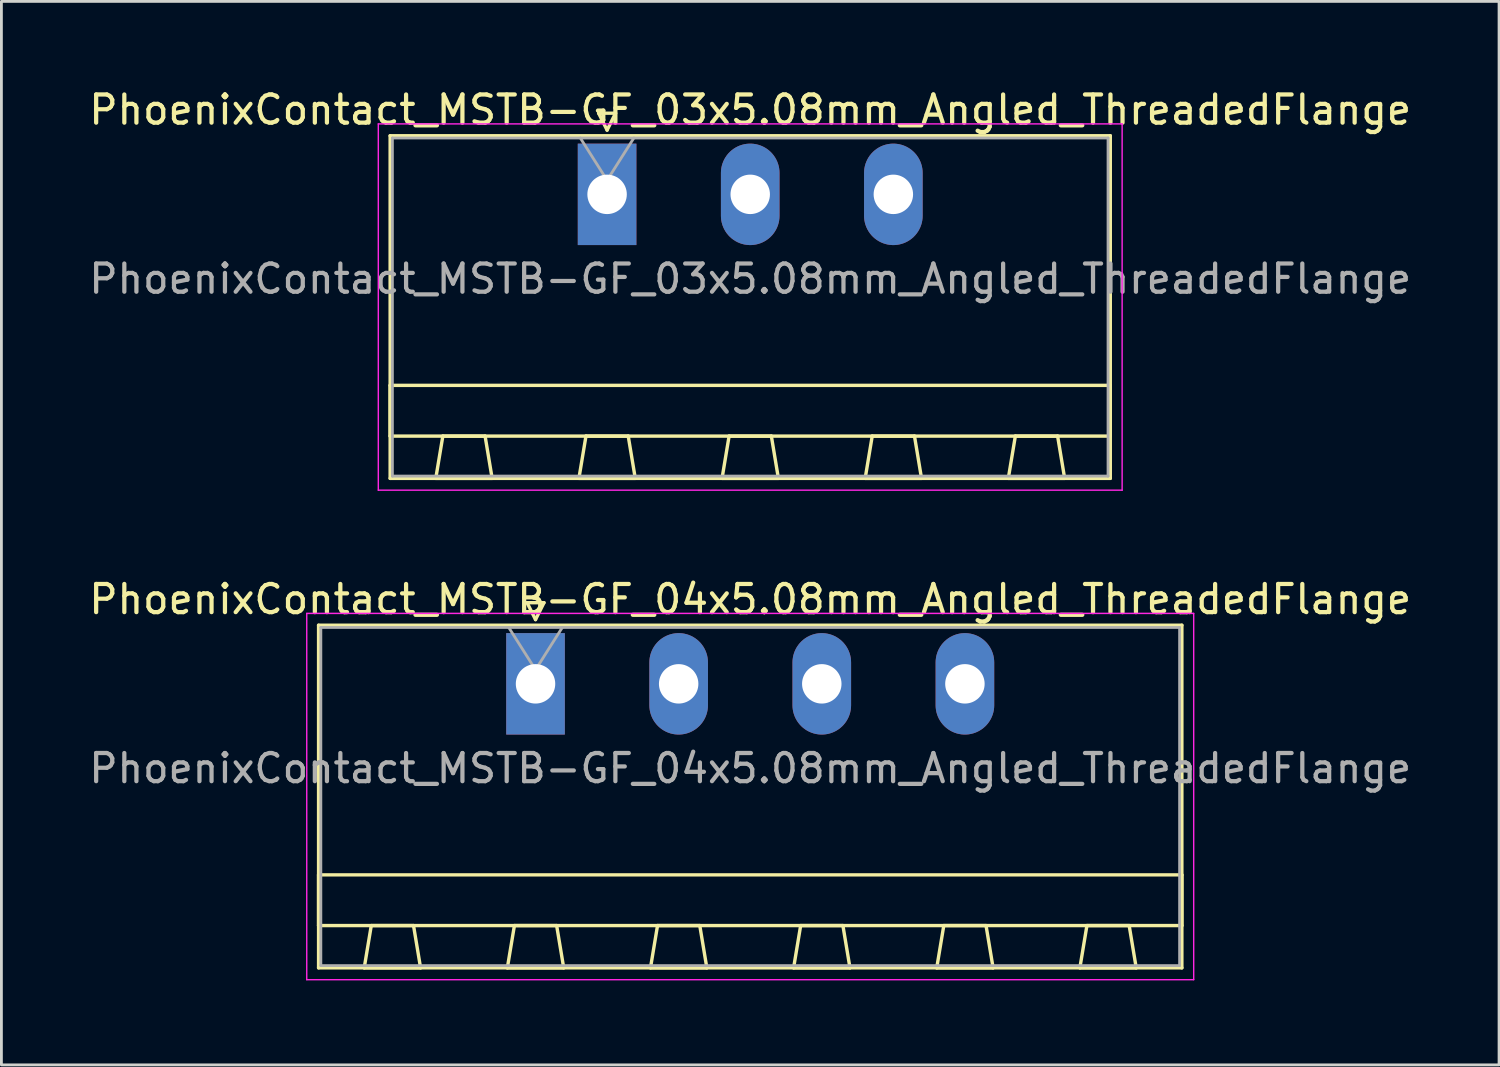
<source format=kicad_pcb>
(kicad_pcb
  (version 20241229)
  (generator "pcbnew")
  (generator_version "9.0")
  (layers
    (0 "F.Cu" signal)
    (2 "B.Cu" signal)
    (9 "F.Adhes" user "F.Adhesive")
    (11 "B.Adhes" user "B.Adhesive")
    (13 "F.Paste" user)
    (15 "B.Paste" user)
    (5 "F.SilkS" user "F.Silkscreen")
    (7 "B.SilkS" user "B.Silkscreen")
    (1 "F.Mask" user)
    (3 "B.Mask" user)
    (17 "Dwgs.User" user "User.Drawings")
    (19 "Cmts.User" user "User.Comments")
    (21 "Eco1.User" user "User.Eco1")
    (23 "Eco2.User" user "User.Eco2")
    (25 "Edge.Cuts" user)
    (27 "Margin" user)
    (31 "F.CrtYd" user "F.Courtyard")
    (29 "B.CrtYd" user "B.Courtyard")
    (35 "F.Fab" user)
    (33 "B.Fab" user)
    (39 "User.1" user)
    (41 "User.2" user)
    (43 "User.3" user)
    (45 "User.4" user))
  (footprint "PhoenixContact_MSTB-GF_04x5.08mm_Angled_ThreadedFlange"
    (layer "F.Cu")
    (at 15.957 21.221)
    (property "Reference" "PhoenixContact_MSTB-GF_04x5.08mm_Angled_ThreadedFlange" (at 7.62 -3 0) (layer "F.SilkS") (effects (font (size 1 1) (thickness 0.15))))
    (attr through_hole)
    (fp_line (start -7.7 -2.08) (end -7.7 10.08) (stroke (width 0.12) (type solid)) (layer "F.SilkS"))
    (fp_line (start -7.7 6.78) (end 22.94 6.78) (stroke (width 0.12) (type solid)) (layer "F.SilkS"))
    (fp_line (start -7.7 8.58) (end -7.7 6.78) (stroke (width 0.12) (type solid)) (layer "F.SilkS"))
    (fp_line (start -7.7 10.08) (end 22.94 10.08) (stroke (width 0.12) (type solid)) (layer "F.SilkS"))
    (fp_line (start -6.08 10.08) (end -4.08 10.08) (stroke (width 0.12) (type solid)) (layer "F.SilkS"))
    (fp_line (start -5.83 8.58) (end -6.08 10.08) (stroke (width 0.12) (type solid)) (layer "F.SilkS"))
    (fp_line (start -4.33 8.58) (end -5.83 8.58) (stroke (width 0.12) (type solid)) (layer "F.SilkS"))
    (fp_line (start -4.08 10.08) (end -4.33 8.58) (stroke (width 0.12) (type solid)) (layer "F.SilkS"))
    (fp_line (start -1 10.08) (end 1 10.08) (stroke (width 0.12) (type solid)) (layer "F.SilkS"))
    (fp_line (start -0.75 8.58) (end -1 10.08) (stroke (width 0.12) (type solid)) (layer "F.SilkS"))
    (fp_line (start -0.3 -2.88) (end 0.3 -2.88) (stroke (width 0.12) (type solid)) (layer "F.SilkS"))
    (fp_line (start 0 -2.28) (end -0.3 -2.88) (stroke (width 0.12) (type solid)) (layer "F.SilkS"))
    (fp_line (start 0.3 -2.88) (end 0 -2.28) (stroke (width 0.12) (type solid)) (layer "F.SilkS"))
    (fp_line (start 0.75 8.58) (end -0.75 8.58) (stroke (width 0.12) (type solid)) (layer "F.SilkS"))
    (fp_line (start 1 10.08) (end 0.75 8.58) (stroke (width 0.12) (type solid)) (layer "F.SilkS"))
    (fp_line (start 4.08 10.08) (end 6.08 10.08) (stroke (width 0.12) (type solid)) (layer "F.SilkS"))
    (fp_line (start 4.33 8.58) (end 4.08 10.08) (stroke (width 0.12) (type solid)) (layer "F.SilkS"))
    (fp_line (start 5.83 8.58) (end 4.33 8.58) (stroke (width 0.12) (type solid)) (layer "F.SilkS"))
    (fp_line (start 6.08 10.08) (end 5.83 8.58) (stroke (width 0.12) (type solid)) (layer "F.SilkS"))
    (fp_line (start 9.16 10.08) (end 11.16 10.08) (stroke (width 0.12) (type solid)) (layer "F.SilkS"))
    (fp_line (start 9.41 8.58) (end 9.16 10.08) (stroke (width 0.12) (type solid)) (layer "F.SilkS"))
    (fp_line (start 10.91 8.58) (end 9.41 8.58) (stroke (width 0.12) (type solid)) (layer "F.SilkS"))
    (fp_line (start 11.16 10.08) (end 10.91 8.58) (stroke (width 0.12) (type solid)) (layer "F.SilkS"))
    (fp_line (start 14.24 10.08) (end 16.24 10.08) (stroke (width 0.12) (type solid)) (layer "F.SilkS"))
    (fp_line (start 14.49 8.58) (end 14.24 10.08) (stroke (width 0.12) (type solid)) (layer "F.SilkS"))
    (fp_line (start 15.99 8.58) (end 14.49 8.58) (stroke (width 0.12) (type solid)) (layer "F.SilkS"))
    (fp_line (start 16.24 10.08) (end 15.99 8.58) (stroke (width 0.12) (type solid)) (layer "F.SilkS"))
    (fp_line (start 19.32 10.08) (end 21.32 10.08) (stroke (width 0.12) (type solid)) (layer "F.SilkS"))
    (fp_line (start 19.57 8.58) (end 19.32 10.08) (stroke (width 0.12) (type solid)) (layer "F.SilkS"))
    (fp_line (start 21.07 8.58) (end 19.57 8.58) (stroke (width 0.12) (type solid)) (layer "F.SilkS"))
    (fp_line (start 21.32 10.08) (end 21.07 8.58) (stroke (width 0.12) (type solid)) (layer "F.SilkS"))
    (fp_line (start 22.94 -2.08) (end -7.7 -2.08) (stroke (width 0.12) (type solid)) (layer "F.SilkS"))
    (fp_line (start 22.94 6.78) (end 22.94 8.58) (stroke (width 0.12) (type solid)) (layer "F.SilkS"))
    (fp_line (start 22.94 8.58) (end -7.7 8.58) (stroke (width 0.12) (type solid)) (layer "F.SilkS"))
    (fp_line (start 22.94 10.08) (end 22.94 -2.08) (stroke (width 0.12) (type solid)) (layer "F.SilkS"))
    (fp_line (start -8.12 -2.5) (end -8.12 10.5) (stroke (width 0.05) (type solid)) (layer "F.CrtYd"))
    (fp_line (start -8.12 10.5) (end 23.36 10.5) (stroke (width 0.05) (type solid)) (layer "F.CrtYd"))
    (fp_line (start 23.36 -2.5) (end -8.12 -2.5) (stroke (width 0.05) (type solid)) (layer "F.CrtYd"))
    (fp_line (start 23.36 10.5) (end 23.36 -2.5) (stroke (width 0.05) (type solid)) (layer "F.CrtYd"))
    (fp_line (start -7.62 -2) (end -7.62 10) (stroke (width 0.1) (type solid)) (layer "F.Fab"))
    (fp_line (start -7.62 10) (end 22.86 10) (stroke (width 0.1) (type solid)) (layer "F.Fab"))
    (fp_line (start 0 -0.5) (end -0.95 -2) (stroke (width 0.1) (type solid)) (layer "F.Fab"))
    (fp_line (start 0.95 -2) (end 0 -0.5) (stroke (width 0.1) (type solid)) (layer "F.Fab"))
    (fp_line (start 22.86 -2) (end -7.62 -2) (stroke (width 0.1) (type solid)) (layer "F.Fab"))
    (fp_line (start 22.86 10) (end 22.86 -2) (stroke (width 0.1) (type solid)) (layer "F.Fab"))
    (fp_text user "${REFERENCE}" (at 7.62 3 0) (layer "F.Fab") (effects (font (size 1 1) (thickness 0.15))))
    (pad "1" thru_hole rect (at 0 0) (size 2.08 3.6) (drill 1.4) (layers "*.Cu" "*.Mask"))
    (pad "2" thru_hole oval (at 5.08 0) (size 2.08 3.6) (drill 1.4) (layers "*.Cu" "*.Mask"))
    (pad "3" thru_hole oval (at 10.16 0) (size 2.08 3.6) (drill 1.4) (layers "*.Cu" "*.Mask"))
    (pad "4" thru_hole oval (at 15.24 0) (size 2.08 3.6) (drill 1.4) (layers "*.Cu" "*.Mask")))
  (footprint "PhoenixContact_MSTB-GF_03x5.08mm_Angled_ThreadedFlange"
    (layer "F.Cu")
    (at 18.497 3.848)
    (property "Reference" "PhoenixContact_MSTB-GF_03x5.08mm_Angled_ThreadedFlange" (at 5.08 -3 0) (layer "F.SilkS") (effects (font (size 1 1) (thickness 0.15))))
    (attr through_hole)
    (fp_line (start -7.7 -2.08) (end -7.7 10.08) (stroke (width 0.12) (type solid)) (layer "F.SilkS"))
    (fp_line (start -7.7 6.78) (end 17.86 6.78) (stroke (width 0.12) (type solid)) (layer "F.SilkS"))
    (fp_line (start -7.7 8.58) (end -7.7 6.78) (stroke (width 0.12) (type solid)) (layer "F.SilkS"))
    (fp_line (start -7.7 10.08) (end 17.86 10.08) (stroke (width 0.12) (type solid)) (layer "F.SilkS"))
    (fp_line (start -6.08 10.08) (end -4.08 10.08) (stroke (width 0.12) (type solid)) (layer "F.SilkS"))
    (fp_line (start -5.83 8.58) (end -6.08 10.08) (stroke (width 0.12) (type solid)) (layer "F.SilkS"))
    (fp_line (start -4.33 8.58) (end -5.83 8.58) (stroke (width 0.12) (type solid)) (layer "F.SilkS"))
    (fp_line (start -4.08 10.08) (end -4.33 8.58) (stroke (width 0.12) (type solid)) (layer "F.SilkS"))
    (fp_line (start -1 10.08) (end 1 10.08) (stroke (width 0.12) (type solid)) (layer "F.SilkS"))
    (fp_line (start -0.75 8.58) (end -1 10.08) (stroke (width 0.12) (type solid)) (layer "F.SilkS"))
    (fp_line (start -0.3 -2.88) (end 0.3 -2.88) (stroke (width 0.12) (type solid)) (layer "F.SilkS"))
    (fp_line (start 0 -2.28) (end -0.3 -2.88) (stroke (width 0.12) (type solid)) (layer "F.SilkS"))
    (fp_line (start 0.3 -2.88) (end 0 -2.28) (stroke (width 0.12) (type solid)) (layer "F.SilkS"))
    (fp_line (start 0.75 8.58) (end -0.75 8.58) (stroke (width 0.12) (type solid)) (layer "F.SilkS"))
    (fp_line (start 1 10.08) (end 0.75 8.58) (stroke (width 0.12) (type solid)) (layer "F.SilkS"))
    (fp_line (start 4.08 10.08) (end 6.08 10.08) (stroke (width 0.12) (type solid)) (layer "F.SilkS"))
    (fp_line (start 4.33 8.58) (end 4.08 10.08) (stroke (width 0.12) (type solid)) (layer "F.SilkS"))
    (fp_line (start 5.83 8.58) (end 4.33 8.58) (stroke (width 0.12) (type solid)) (layer "F.SilkS"))
    (fp_line (start 6.08 10.08) (end 5.83 8.58) (stroke (width 0.12) (type solid)) (layer "F.SilkS"))
    (fp_line (start 9.16 10.08) (end 11.16 10.08) (stroke (width 0.12) (type solid)) (layer "F.SilkS"))
    (fp_line (start 9.41 8.58) (end 9.16 10.08) (stroke (width 0.12) (type solid)) (layer "F.SilkS"))
    (fp_line (start 10.91 8.58) (end 9.41 8.58) (stroke (width 0.12) (type solid)) (layer "F.SilkS"))
    (fp_line (start 11.16 10.08) (end 10.91 8.58) (stroke (width 0.12) (type solid)) (layer "F.SilkS"))
    (fp_line (start 14.24 10.08) (end 16.24 10.08) (stroke (width 0.12) (type solid)) (layer "F.SilkS"))
    (fp_line (start 14.49 8.58) (end 14.24 10.08) (stroke (width 0.12) (type solid)) (layer "F.SilkS"))
    (fp_line (start 15.99 8.58) (end 14.49 8.58) (stroke (width 0.12) (type solid)) (layer "F.SilkS"))
    (fp_line (start 16.24 10.08) (end 15.99 8.58) (stroke (width 0.12) (type solid)) (layer "F.SilkS"))
    (fp_line (start 17.86 -2.08) (end -7.7 -2.08) (stroke (width 0.12) (type solid)) (layer "F.SilkS"))
    (fp_line (start 17.86 6.78) (end 17.86 8.58) (stroke (width 0.12) (type solid)) (layer "F.SilkS"))
    (fp_line (start 17.86 8.58) (end -7.7 8.58) (stroke (width 0.12) (type solid)) (layer "F.SilkS"))
    (fp_line (start 17.86 10.08) (end 17.86 -2.08) (stroke (width 0.12) (type solid)) (layer "F.SilkS"))
    (fp_line (start -8.12 -2.5) (end -8.12 10.5) (stroke (width 0.05) (type solid)) (layer "F.CrtYd"))
    (fp_line (start -8.12 10.5) (end 18.28 10.5) (stroke (width 0.05) (type solid)) (layer "F.CrtYd"))
    (fp_line (start 18.28 -2.5) (end -8.12 -2.5) (stroke (width 0.05) (type solid)) (layer "F.CrtYd"))
    (fp_line (start 18.28 10.5) (end 18.28 -2.5) (stroke (width 0.05) (type solid)) (layer "F.CrtYd"))
    (fp_line (start -7.62 -2) (end -7.62 10) (stroke (width 0.1) (type solid)) (layer "F.Fab"))
    (fp_line (start -7.62 10) (end 17.78 10) (stroke (width 0.1) (type solid)) (layer "F.Fab"))
    (fp_line (start 0 -0.5) (end -0.95 -2) (stroke (width 0.1) (type solid)) (layer "F.Fab"))
    (fp_line (start 0.95 -2) (end 0 -0.5) (stroke (width 0.1) (type solid)) (layer "F.Fab"))
    (fp_line (start 17.78 -2) (end -7.62 -2) (stroke (width 0.1) (type solid)) (layer "F.Fab"))
    (fp_line (start 17.78 10) (end 17.78 -2) (stroke (width 0.1) (type solid)) (layer "F.Fab"))
    (fp_text user "${REFERENCE}" (at 5.08 3 0) (layer "F.Fab") (effects (font (size 1 1) (thickness 0.15))))
    (pad "1" thru_hole rect (at 0 0) (size 2.08 3.6) (drill 1.4) (layers "*.Cu" "*.Mask"))
    (pad "2" thru_hole oval (at 5.08 0) (size 2.08 3.6) (drill 1.4) (layers "*.Cu" "*.Mask"))
    (pad "3" thru_hole oval (at 10.16 0) (size 2.08 3.6) (drill 1.4) (layers "*.Cu" "*.Mask")))
  (gr_rect
    (start -3 -3)
    (end 50.155 34.746)
    (stroke (width 0.1) (type default))
    (fill no)
    (layer "Edge.Cuts")))
</source>
